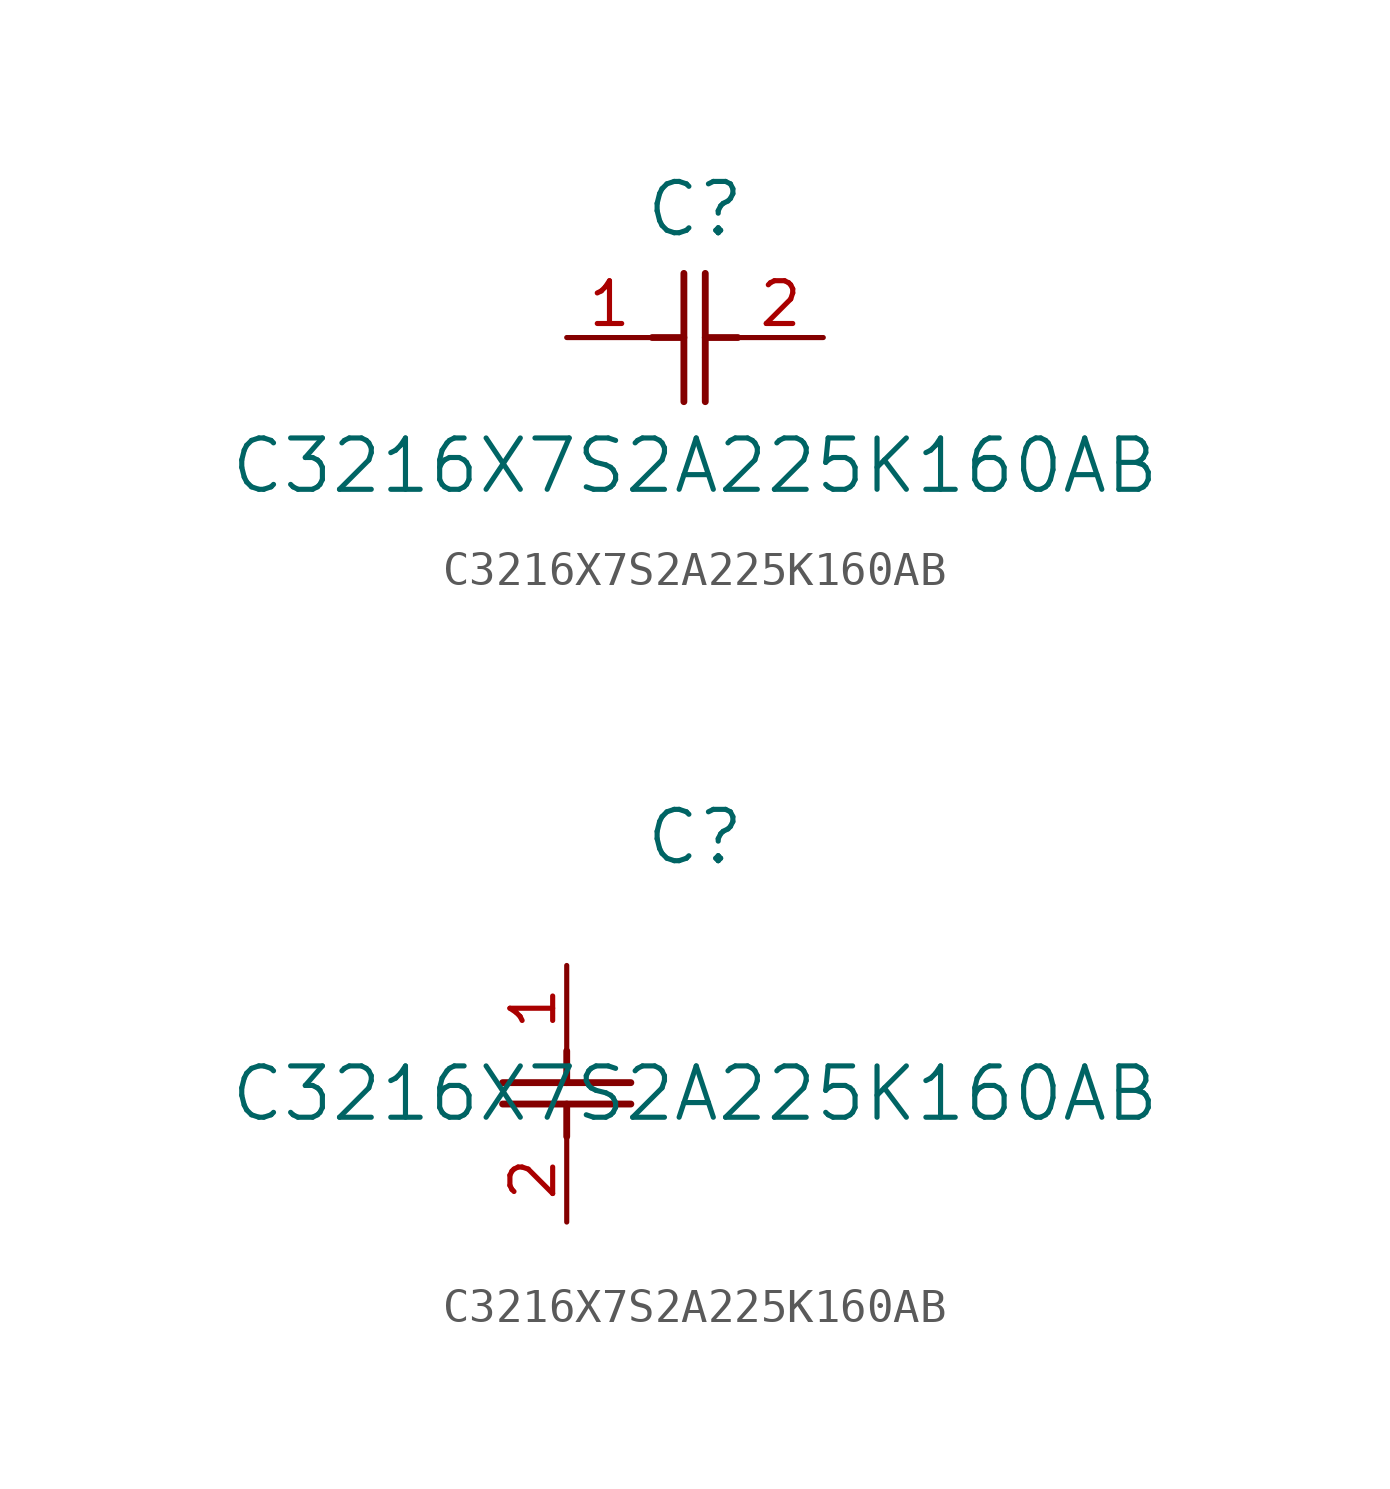
<source format=kicad_sym>
(kicad_symbol_lib
  (version 20211014)
  (generator kicad_symbol_editor)
  (symbol "C3216X7S2A225K160AB"
    (pin_names
      (offset 0.254))
    (property "Reference" "C"
      (at 3.81 3.81 0)
      (effects (font (size 1.524 1.524))))
    (property "Value" "C3216X7S2A225K160AB"
      (at 3.81 -3.81 0)
      (effects (font (size 1.524 1.524))))
    (symbol "C3216X7S2A225K160AB_1_1"
      (polyline (pts (xy 3.48 -1.905) (xy 3.48 1.905)) (stroke (width 0.203) (type default) (color 0 0 0 0)) (fill (type none)))
      (polyline (pts (xy 4.115 -1.905) (xy 4.115 1.905)) (stroke (width 0.203) (type default) (color 0 0 0 0)) (fill (type none)))
      (polyline (pts (xy 4.115 0) (xy 5.08 0)) (stroke (width 0.203) (type default) (color 0 0 0 0)) (fill (type none)))
      (polyline (pts (xy 2.54 0) (xy 3.48 0)) (stroke (width 0.203) (type default) (color 0 0 0 0)) (fill (type none)))
      (pin unspecified line (at 0 0 0) (length 2.54) (name "" (effects (font (size 1.27 1.27)))) (number "1" (effects (font (size 1.27 1.27)))))
      (pin unspecified line (at 7.62 0 180) (length 2.54) (name "" (effects (font (size 1.27 1.27)))) (number "2" (effects (font (size 1.27 1.27))))))
    (symbol "C3216X7S2A225K160AB_1_2"
      (polyline (pts (xy -1.905 -3.48) (xy 1.905 -3.48)) (stroke (width 0.203) (type default) (color 0 0 0 0)) (fill (type none)))
      (polyline (pts (xy -1.905 -4.115) (xy 1.905 -4.115)) (stroke (width 0.203) (type default) (color 0 0 0 0)) (fill (type none)))
      (polyline (pts (xy 0 -4.115) (xy 0 -5.08)) (stroke (width 0.203) (type default) (color 0 0 0 0)) (fill (type none)))
      (polyline (pts (xy 0 -2.54) (xy 0 -3.48)) (stroke (width 0.203) (type default) (color 0 0 0 0)) (fill (type none)))
      (pin unspecified line (at 0 0 270) (length 2.54) (name "" (effects (font (size 1.27 1.27)))) (number "1" (effects (font (size 1.27 1.27)))))
      (pin unspecified line (at 0 -7.62 90) (length 2.54) (name "" (effects (font (size 1.27 1.27)))) (number "2" (effects (font (size 1.27 1.27))))))))
</source>
